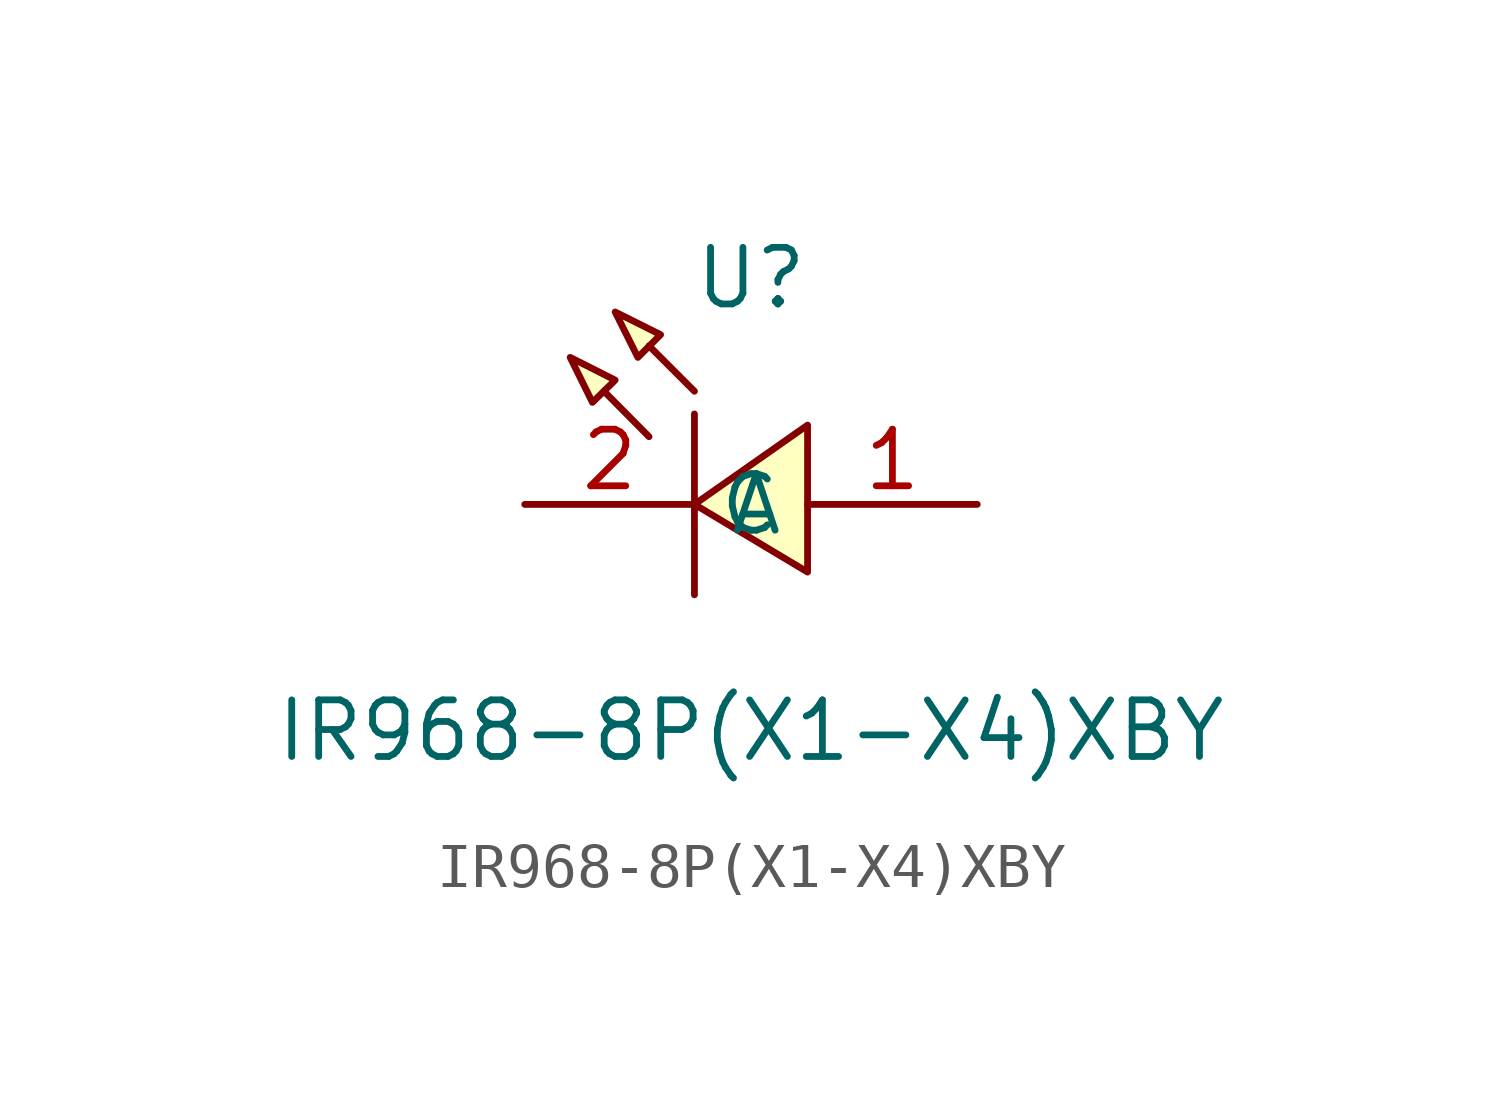
<source format=kicad_sym>
(kicad_symbol_lib
  (version 20211014)
  (generator https://github.com/uPesy/easyeda2kicad.py)
  (symbol "IR968-8P(X1-X4)XBY"
    (property "Reference" "U"
      (at 0 5.08 0)
      (effects (font (size 1.27 1.27))))
    (property "Value" "IR968-8P(X1-X4)XBY"
      (at 0 -5.08 0)
      (effects (font (size 1.27 1.27))))
    (symbol "IR968-8P(X1-X4)XBY_0_1"
      (polyline (pts (xy 1.27 -1.52) (xy -1.27 -0.00) (xy 1.27 1.78) (xy 1.27 -1.52)) (stroke (width 0) (type default) (color 0 0 0 0)) (fill (type background)))
      (polyline (pts (xy -3.05 4.32) (xy -2.03 3.81) (xy -2.54 3.30) (xy -3.05 4.32)) (stroke (width 0) (type default) (color 0 0 0 0)) (fill (type background)))
      (polyline (pts (xy -4.06 3.30) (xy -3.05 2.79) (xy -3.56 2.29) (xy -4.06 3.30)) (stroke (width 0) (type default) (color 0 0 0 0)) (fill (type background)))
      (polyline (pts (xy -1.27 2.03) (xy -1.27 -2.03) (xy -1.27 2.03)) (stroke (width 0) (type default) (color 0 0 0 0)) (fill (type background)))
      (polyline (pts (xy -1.27 2.54) (xy -2.29 3.56) (xy -1.27 2.54)) (stroke (width 0) (type default) (color 0 0 0 0)) (fill (type background)))
      (polyline (pts (xy -2.29 1.52) (xy -3.30 2.54) (xy -2.29 1.52)) (stroke (width 0) (type default) (color 0 0 0 0)) (fill (type background)))
      (pin unspecified line (at 5.08 -0.00 180) (length 3.81) (name "A" (effects (font (size 1.27 1.27)))) (number "1" (effects (font (size 1.27 1.27)))))
      (pin unspecified line (at -5.08 -0.00 0) (length 3.81) (name "C" (effects (font (size 1.27 1.27)))) (number "2" (effects (font (size 1.27 1.27))))))))
</source>
